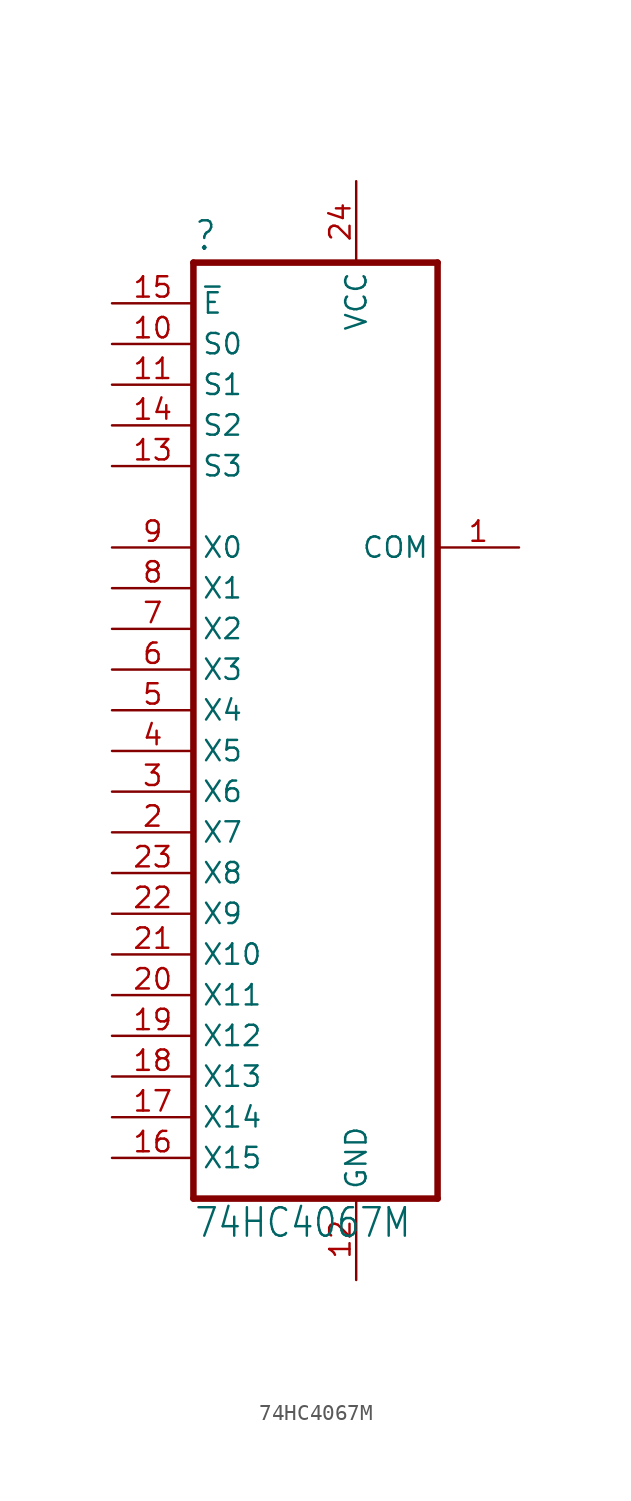
<source format=kicad_sym>
(kicad_symbol_lib
  (version 20211014)
  (generator kicad_symbol_editor)
  (symbol "74HC4067M"
    (property "Reference" ""
      (at -7.62 31.115 0)
      (effects (font (size 1.778 1.511)) (justify left bottom)))
    (property "Value" "74HC4067M"
      (at -7.62 -30.48 0)
      (effects (font (size 1.778 1.511)) (justify left bottom)))
    (property "ki_locked" ""
      (at 0 0 0)
      (effects (font (size 1.27 1.27))))
    (symbol "74HC4067M_1_0"
      (polyline (pts (xy -7.62 -27.94) (xy 7.62 -27.94)) (stroke (width 0.406) (type default) (color 0 0 0 0)) (fill (type none)))
      (polyline (pts (xy -7.62 30.48) (xy -7.62 -27.94)) (stroke (width 0.406) (type default) (color 0 0 0 0)) (fill (type none)))
      (polyline (pts (xy 7.62 -27.94) (xy 7.62 30.48)) (stroke (width 0.406) (type default) (color 0 0 0 0)) (fill (type none)))
      (polyline (pts (xy 7.62 30.48) (xy -7.62 30.48)) (stroke (width 0.406) (type default) (color 0 0 0 0)) (fill (type none)))
      (pin output line (at 12.7 12.7 180) (length 5.08) (name "COM" (effects (font (size 1.27 1.27)))) (number "1" (effects (font (size 1.27 1.27)))))
      (pin input line (at -12.7 25.4 0) (length 5.08) (name "S0" (effects (font (size 1.27 1.27)))) (number "10" (effects (font (size 1.27 1.27)))))
      (pin input line (at -12.7 22.86 0) (length 5.08) (name "S1" (effects (font (size 1.27 1.27)))) (number "11" (effects (font (size 1.27 1.27)))))
      (pin power_in line (at 2.54 -33.02 90) (length 5.08) (name "GND" (effects (font (size 1.27 1.27)))) (number "12" (effects (font (size 1.27 1.27)))))
      (pin input line (at -12.7 17.78 0) (length 5.08) (name "S3" (effects (font (size 1.27 1.27)))) (number "13" (effects (font (size 1.27 1.27)))))
      (pin input line (at -12.7 20.32 0) (length 5.08) (name "S2" (effects (font (size 1.27 1.27)))) (number "14" (effects (font (size 1.27 1.27)))))
      (pin input line (at -12.7 27.94 0) (length 5.08) (name "~{E}" (effects (font (size 1.27 1.27)))) (number "15" (effects (font (size 1.27 1.27)))))
      (pin input line (at -12.7 -25.4 0) (length 5.08) (name "X15" (effects (font (size 1.27 1.27)))) (number "16" (effects (font (size 1.27 1.27)))))
      (pin input line (at -12.7 -22.86 0) (length 5.08) (name "X14" (effects (font (size 1.27 1.27)))) (number "17" (effects (font (size 1.27 1.27)))))
      (pin input line (at -12.7 -20.32 0) (length 5.08) (name "X13" (effects (font (size 1.27 1.27)))) (number "18" (effects (font (size 1.27 1.27)))))
      (pin input line (at -12.7 -17.78 0) (length 5.08) (name "X12" (effects (font (size 1.27 1.27)))) (number "19" (effects (font (size 1.27 1.27)))))
      (pin input line (at -12.7 -5.08 0) (length 5.08) (name "X7" (effects (font (size 1.27 1.27)))) (number "2" (effects (font (size 1.27 1.27)))))
      (pin input line (at -12.7 -15.24 0) (length 5.08) (name "X11" (effects (font (size 1.27 1.27)))) (number "20" (effects (font (size 1.27 1.27)))))
      (pin input line (at -12.7 -12.7 0) (length 5.08) (name "X10" (effects (font (size 1.27 1.27)))) (number "21" (effects (font (size 1.27 1.27)))))
      (pin input line (at -12.7 -10.16 0) (length 5.08) (name "X9" (effects (font (size 1.27 1.27)))) (number "22" (effects (font (size 1.27 1.27)))))
      (pin input line (at -12.7 -7.62 0) (length 5.08) (name "X8" (effects (font (size 1.27 1.27)))) (number "23" (effects (font (size 1.27 1.27)))))
      (pin power_in line (at 2.54 35.56 270) (length 5.08) (name "VCC" (effects (font (size 1.27 1.27)))) (number "24" (effects (font (size 1.27 1.27)))))
      (pin input line (at -12.7 -2.54 0) (length 5.08) (name "X6" (effects (font (size 1.27 1.27)))) (number "3" (effects (font (size 1.27 1.27)))))
      (pin input line (at -12.7 0 0) (length 5.08) (name "X5" (effects (font (size 1.27 1.27)))) (number "4" (effects (font (size 1.27 1.27)))))
      (pin input line (at -12.7 2.54 0) (length 5.08) (name "X4" (effects (font (size 1.27 1.27)))) (number "5" (effects (font (size 1.27 1.27)))))
      (pin input line (at -12.7 5.08 0) (length 5.08) (name "X3" (effects (font (size 1.27 1.27)))) (number "6" (effects (font (size 1.27 1.27)))))
      (pin input line (at -12.7 7.62 0) (length 5.08) (name "X2" (effects (font (size 1.27 1.27)))) (number "7" (effects (font (size 1.27 1.27)))))
      (pin input line (at -12.7 10.16 0) (length 5.08) (name "X1" (effects (font (size 1.27 1.27)))) (number "8" (effects (font (size 1.27 1.27)))))
      (pin input line (at -12.7 12.7 0) (length 5.08) (name "X0" (effects (font (size 1.27 1.27)))) (number "9" (effects (font (size 1.27 1.27))))))))
</source>
